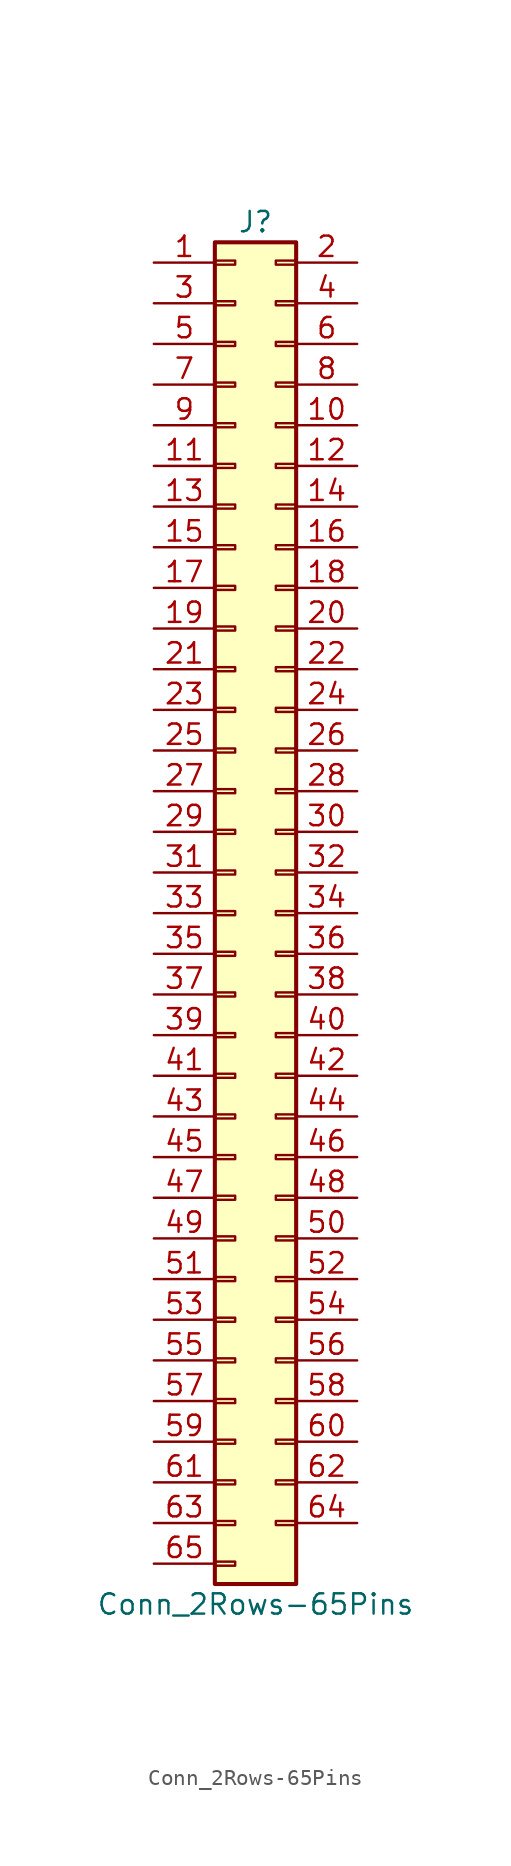
<source format=kicad_sym>
(kicad_symbol_lib
  (version 20201005)
  (generator kicad_symbol_editor)
  (symbol "Conn_2Rows-65Pins"
    (pin_names
      (offset 1.016) hide)
    (property "Reference" "J"
      (at 1.27 43.18 0)
      (effects (font (size 1.27 1.27))))
    (property "Value" "Conn_2Rows-65Pins"
      (at 1.27 -43.18 0)
      (effects (font (size 1.27 1.27))))
    (symbol "Conn_2Rows-65Pins_1_1"
      (rectangle (start -1.27 -40.513) (end 0 -40.767) (stroke (width 0.152)) (fill (type none)))
      (rectangle (start -1.27 -37.973) (end 0 -38.227) (stroke (width 0.152)) (fill (type none)))
      (rectangle (start -1.27 -35.433) (end 0 -35.687) (stroke (width 0.152)) (fill (type none)))
      (rectangle (start -1.27 -32.893) (end 0 -33.147) (stroke (width 0.152)) (fill (type none)))
      (rectangle (start -1.27 -30.353) (end 0 -30.607) (stroke (width 0.152)) (fill (type none)))
      (rectangle (start -1.27 -27.813) (end 0 -28.067) (stroke (width 0.152)) (fill (type none)))
      (rectangle (start -1.27 -25.273) (end 0 -25.527) (stroke (width 0.152)) (fill (type none)))
      (rectangle (start -1.27 -22.733) (end 0 -22.987) (stroke (width 0.152)) (fill (type none)))
      (rectangle (start -1.27 -20.193) (end 0 -20.447) (stroke (width 0.152)) (fill (type none)))
      (rectangle (start -1.27 -17.653) (end 0 -17.907) (stroke (width 0.152)) (fill (type none)))
      (rectangle (start -1.27 -15.113) (end 0 -15.367) (stroke (width 0.152)) (fill (type none)))
      (rectangle (start -1.27 -12.573) (end 0 -12.827) (stroke (width 0.152)) (fill (type none)))
      (rectangle (start -1.27 -10.033) (end 0 -10.287) (stroke (width 0.152)) (fill (type none)))
      (rectangle (start -1.27 -7.493) (end 0 -7.747) (stroke (width 0.152)) (fill (type none)))
      (rectangle (start -1.27 -4.953) (end 0 -5.207) (stroke (width 0.152)) (fill (type none)))
      (rectangle (start -1.27 -2.413) (end 0 -2.667) (stroke (width 0.152)) (fill (type none)))
      (rectangle (start -1.27 0.127) (end 0 -0.127) (stroke (width 0.152)) (fill (type none)))
      (rectangle (start -1.27 2.667) (end 0 2.413) (stroke (width 0.152)) (fill (type none)))
      (rectangle (start -1.27 5.207) (end 0 4.953) (stroke (width 0.152)) (fill (type none)))
      (rectangle (start -1.27 7.747) (end 0 7.493) (stroke (width 0.152)) (fill (type none)))
      (rectangle (start -1.27 10.287) (end 0 10.033) (stroke (width 0.152)) (fill (type none)))
      (rectangle (start -1.27 12.827) (end 0 12.573) (stroke (width 0.152)) (fill (type none)))
      (rectangle (start -1.27 15.367) (end 0 15.113) (stroke (width 0.152)) (fill (type none)))
      (rectangle (start -1.27 17.907) (end 0 17.653) (stroke (width 0.152)) (fill (type none)))
      (rectangle (start -1.27 20.447) (end 0 20.193) (stroke (width 0.152)) (fill (type none)))
      (rectangle (start -1.27 22.987) (end 0 22.733) (stroke (width 0.152)) (fill (type none)))
      (rectangle (start -1.27 25.527) (end 0 25.273) (stroke (width 0.152)) (fill (type none)))
      (rectangle (start -1.27 28.067) (end 0 27.813) (stroke (width 0.152)) (fill (type none)))
      (rectangle (start -1.27 30.607) (end 0 30.353) (stroke (width 0.152)) (fill (type none)))
      (rectangle (start -1.27 33.147) (end 0 32.893) (stroke (width 0.152)) (fill (type none)))
      (rectangle (start -1.27 35.687) (end 0 35.433) (stroke (width 0.152)) (fill (type none)))
      (rectangle (start -1.27 38.227) (end 0 37.973) (stroke (width 0.152)) (fill (type none)))
      (rectangle (start -1.27 40.767) (end 0 40.513) (stroke (width 0.152)) (fill (type none)))
      (rectangle (start -1.27 41.91) (end 3.81 -41.91) (stroke (width 0.254)) (fill (type background)))
      (rectangle (start 3.81 -37.973) (end 2.54 -38.227) (stroke (width 0.152)) (fill (type none)))
      (rectangle (start 3.81 -35.433) (end 2.54 -35.687) (stroke (width 0.152)) (fill (type none)))
      (rectangle (start 3.81 -32.893) (end 2.54 -33.147) (stroke (width 0.152)) (fill (type none)))
      (rectangle (start 3.81 -30.353) (end 2.54 -30.607) (stroke (width 0.152)) (fill (type none)))
      (rectangle (start 3.81 -27.813) (end 2.54 -28.067) (stroke (width 0.152)) (fill (type none)))
      (rectangle (start 3.81 -25.273) (end 2.54 -25.527) (stroke (width 0.152)) (fill (type none)))
      (rectangle (start 3.81 -22.733) (end 2.54 -22.987) (stroke (width 0.152)) (fill (type none)))
      (rectangle (start 3.81 -20.193) (end 2.54 -20.447) (stroke (width 0.152)) (fill (type none)))
      (rectangle (start 3.81 -17.653) (end 2.54 -17.907) (stroke (width 0.152)) (fill (type none)))
      (rectangle (start 3.81 -15.113) (end 2.54 -15.367) (stroke (width 0.152)) (fill (type none)))
      (rectangle (start 3.81 -12.573) (end 2.54 -12.827) (stroke (width 0.152)) (fill (type none)))
      (rectangle (start 3.81 -10.033) (end 2.54 -10.287) (stroke (width 0.152)) (fill (type none)))
      (rectangle (start 3.81 -7.493) (end 2.54 -7.747) (stroke (width 0.152)) (fill (type none)))
      (rectangle (start 3.81 -4.953) (end 2.54 -5.207) (stroke (width 0.152)) (fill (type none)))
      (rectangle (start 3.81 -2.413) (end 2.54 -2.667) (stroke (width 0.152)) (fill (type none)))
      (rectangle (start 3.81 0.127) (end 2.54 -0.127) (stroke (width 0.152)) (fill (type none)))
      (rectangle (start 3.81 2.667) (end 2.54 2.413) (stroke (width 0.152)) (fill (type none)))
      (rectangle (start 3.81 5.207) (end 2.54 4.953) (stroke (width 0.152)) (fill (type none)))
      (rectangle (start 3.81 7.747) (end 2.54 7.493) (stroke (width 0.152)) (fill (type none)))
      (rectangle (start 3.81 10.287) (end 2.54 10.033) (stroke (width 0.152)) (fill (type none)))
      (rectangle (start 3.81 12.827) (end 2.54 12.573) (stroke (width 0.152)) (fill (type none)))
      (rectangle (start 3.81 15.367) (end 2.54 15.113) (stroke (width 0.152)) (fill (type none)))
      (rectangle (start 3.81 17.907) (end 2.54 17.653) (stroke (width 0.152)) (fill (type none)))
      (rectangle (start 3.81 20.447) (end 2.54 20.193) (stroke (width 0.152)) (fill (type none)))
      (rectangle (start 3.81 22.987) (end 2.54 22.733) (stroke (width 0.152)) (fill (type none)))
      (rectangle (start 3.81 25.527) (end 2.54 25.273) (stroke (width 0.152)) (fill (type none)))
      (rectangle (start 3.81 28.067) (end 2.54 27.813) (stroke (width 0.152)) (fill (type none)))
      (rectangle (start 3.81 30.607) (end 2.54 30.353) (stroke (width 0.152)) (fill (type none)))
      (rectangle (start 3.81 33.147) (end 2.54 32.893) (stroke (width 0.152)) (fill (type none)))
      (rectangle (start 3.81 35.687) (end 2.54 35.433) (stroke (width 0.152)) (fill (type none)))
      (rectangle (start 3.81 38.227) (end 2.54 37.973) (stroke (width 0.152)) (fill (type none)))
      (rectangle (start 3.81 40.767) (end 2.54 40.513) (stroke (width 0.152)) (fill (type none)))
      (pin passive line (at -5.08 40.64 0) (length 3.81) (name "Pin_1" (effects (font (size 1.27 1.27)))) (number "1" (effects (font (size 1.27 1.27)))))
      (pin passive line (at 7.62 30.48 180) (length 3.81) (name "Pin_10" (effects (font (size 1.27 1.27)))) (number "10" (effects (font (size 1.27 1.27)))))
      (pin passive line (at -5.08 27.94 0) (length 3.81) (name "Pin_11" (effects (font (size 1.27 1.27)))) (number "11" (effects (font (size 1.27 1.27)))))
      (pin passive line (at 7.62 27.94 180) (length 3.81) (name "Pin_12" (effects (font (size 1.27 1.27)))) (number "12" (effects (font (size 1.27 1.27)))))
      (pin passive line (at -5.08 25.4 0) (length 3.81) (name "Pin_13" (effects (font (size 1.27 1.27)))) (number "13" (effects (font (size 1.27 1.27)))))
      (pin passive line (at 7.62 25.4 180) (length 3.81) (name "Pin_14" (effects (font (size 1.27 1.27)))) (number "14" (effects (font (size 1.27 1.27)))))
      (pin passive line (at -5.08 22.86 0) (length 3.81) (name "Pin_15" (effects (font (size 1.27 1.27)))) (number "15" (effects (font (size 1.27 1.27)))))
      (pin passive line (at 7.62 22.86 180) (length 3.81) (name "Pin_16" (effects (font (size 1.27 1.27)))) (number "16" (effects (font (size 1.27 1.27)))))
      (pin passive line (at -5.08 20.32 0) (length 3.81) (name "Pin_17" (effects (font (size 1.27 1.27)))) (number "17" (effects (font (size 1.27 1.27)))))
      (pin passive line (at 7.62 20.32 180) (length 3.81) (name "Pin_18" (effects (font (size 1.27 1.27)))) (number "18" (effects (font (size 1.27 1.27)))))
      (pin passive line (at -5.08 17.78 0) (length 3.81) (name "Pin_19" (effects (font (size 1.27 1.27)))) (number "19" (effects (font (size 1.27 1.27)))))
      (pin passive line (at 7.62 40.64 180) (length 3.81) (name "Pin_2" (effects (font (size 1.27 1.27)))) (number "2" (effects (font (size 1.27 1.27)))))
      (pin passive line (at 7.62 17.78 180) (length 3.81) (name "Pin_20" (effects (font (size 1.27 1.27)))) (number "20" (effects (font (size 1.27 1.27)))))
      (pin passive line (at -5.08 15.24 0) (length 3.81) (name "Pin_21" (effects (font (size 1.27 1.27)))) (number "21" (effects (font (size 1.27 1.27)))))
      (pin passive line (at 7.62 15.24 180) (length 3.81) (name "Pin_22" (effects (font (size 1.27 1.27)))) (number "22" (effects (font (size 1.27 1.27)))))
      (pin passive line (at -5.08 12.7 0) (length 3.81) (name "Pin_23" (effects (font (size 1.27 1.27)))) (number "23" (effects (font (size 1.27 1.27)))))
      (pin passive line (at 7.62 12.7 180) (length 3.81) (name "Pin_24" (effects (font (size 1.27 1.27)))) (number "24" (effects (font (size 1.27 1.27)))))
      (pin passive line (at -5.08 10.16 0) (length 3.81) (name "Pin_25" (effects (font (size 1.27 1.27)))) (number "25" (effects (font (size 1.27 1.27)))))
      (pin passive line (at 7.62 10.16 180) (length 3.81) (name "Pin_26" (effects (font (size 1.27 1.27)))) (number "26" (effects (font (size 1.27 1.27)))))
      (pin passive line (at -5.08 7.62 0) (length 3.81) (name "Pin_27" (effects (font (size 1.27 1.27)))) (number "27" (effects (font (size 1.27 1.27)))))
      (pin passive line (at 7.62 7.62 180) (length 3.81) (name "Pin_28" (effects (font (size 1.27 1.27)))) (number "28" (effects (font (size 1.27 1.27)))))
      (pin passive line (at -5.08 5.08 0) (length 3.81) (name "Pin_29" (effects (font (size 1.27 1.27)))) (number "29" (effects (font (size 1.27 1.27)))))
      (pin passive line (at -5.08 38.1 0) (length 3.81) (name "Pin_3" (effects (font (size 1.27 1.27)))) (number "3" (effects (font (size 1.27 1.27)))))
      (pin passive line (at 7.62 5.08 180) (length 3.81) (name "Pin_30" (effects (font (size 1.27 1.27)))) (number "30" (effects (font (size 1.27 1.27)))))
      (pin passive line (at -5.08 2.54 0) (length 3.81) (name "Pin_31" (effects (font (size 1.27 1.27)))) (number "31" (effects (font (size 1.27 1.27)))))
      (pin passive line (at 7.62 2.54 180) (length 3.81) (name "Pin_32" (effects (font (size 1.27 1.27)))) (number "32" (effects (font (size 1.27 1.27)))))
      (pin passive line (at -5.08 0 0) (length 3.81) (name "Pin_33" (effects (font (size 1.27 1.27)))) (number "33" (effects (font (size 1.27 1.27)))))
      (pin passive line (at 7.62 0 180) (length 3.81) (name "Pin_34" (effects (font (size 1.27 1.27)))) (number "34" (effects (font (size 1.27 1.27)))))
      (pin passive line (at -5.08 -2.54 0) (length 3.81) (name "Pin_35" (effects (font (size 1.27 1.27)))) (number "35" (effects (font (size 1.27 1.27)))))
      (pin passive line (at 7.62 -2.54 180) (length 3.81) (name "Pin_36" (effects (font (size 1.27 1.27)))) (number "36" (effects (font (size 1.27 1.27)))))
      (pin passive line (at -5.08 -5.08 0) (length 3.81) (name "Pin_37" (effects (font (size 1.27 1.27)))) (number "37" (effects (font (size 1.27 1.27)))))
      (pin passive line (at 7.62 -5.08 180) (length 3.81) (name "Pin_38" (effects (font (size 1.27 1.27)))) (number "38" (effects (font (size 1.27 1.27)))))
      (pin passive line (at -5.08 -7.62 0) (length 3.81) (name "Pin_39" (effects (font (size 1.27 1.27)))) (number "39" (effects (font (size 1.27 1.27)))))
      (pin passive line (at 7.62 38.1 180) (length 3.81) (name "Pin_4" (effects (font (size 1.27 1.27)))) (number "4" (effects (font (size 1.27 1.27)))))
      (pin passive line (at 7.62 -7.62 180) (length 3.81) (name "Pin_40" (effects (font (size 1.27 1.27)))) (number "40" (effects (font (size 1.27 1.27)))))
      (pin passive line (at -5.08 -10.16 0) (length 3.81) (name "Pin_41" (effects (font (size 1.27 1.27)))) (number "41" (effects (font (size 1.27 1.27)))))
      (pin passive line (at 7.62 -10.16 180) (length 3.81) (name "Pin_42" (effects (font (size 1.27 1.27)))) (number "42" (effects (font (size 1.27 1.27)))))
      (pin passive line (at -5.08 -12.7 0) (length 3.81) (name "Pin_43" (effects (font (size 1.27 1.27)))) (number "43" (effects (font (size 1.27 1.27)))))
      (pin passive line (at 7.62 -12.7 180) (length 3.81) (name "Pin_44" (effects (font (size 1.27 1.27)))) (number "44" (effects (font (size 1.27 1.27)))))
      (pin passive line (at -5.08 -15.24 0) (length 3.81) (name "Pin_45" (effects (font (size 1.27 1.27)))) (number "45" (effects (font (size 1.27 1.27)))))
      (pin passive line (at 7.62 -15.24 180) (length 3.81) (name "Pin_46" (effects (font (size 1.27 1.27)))) (number "46" (effects (font (size 1.27 1.27)))))
      (pin passive line (at -5.08 -17.78 0) (length 3.81) (name "Pin_47" (effects (font (size 1.27 1.27)))) (number "47" (effects (font (size 1.27 1.27)))))
      (pin passive line (at 7.62 -17.78 180) (length 3.81) (name "Pin_48" (effects (font (size 1.27 1.27)))) (number "48" (effects (font (size 1.27 1.27)))))
      (pin passive line (at -5.08 -20.32 0) (length 3.81) (name "Pin_49" (effects (font (size 1.27 1.27)))) (number "49" (effects (font (size 1.27 1.27)))))
      (pin passive line (at -5.08 35.56 0) (length 3.81) (name "Pin_5" (effects (font (size 1.27 1.27)))) (number "5" (effects (font (size 1.27 1.27)))))
      (pin passive line (at 7.62 -20.32 180) (length 3.81) (name "Pin_50" (effects (font (size 1.27 1.27)))) (number "50" (effects (font (size 1.27 1.27)))))
      (pin passive line (at -5.08 -22.86 0) (length 3.81) (name "Pin_51" (effects (font (size 1.27 1.27)))) (number "51" (effects (font (size 1.27 1.27)))))
      (pin passive line (at 7.62 -22.86 180) (length 3.81) (name "Pin_52" (effects (font (size 1.27 1.27)))) (number "52" (effects (font (size 1.27 1.27)))))
      (pin passive line (at -5.08 -25.4 0) (length 3.81) (name "Pin_53" (effects (font (size 1.27 1.27)))) (number "53" (effects (font (size 1.27 1.27)))))
      (pin passive line (at 7.62 -25.4 180) (length 3.81) (name "Pin_54" (effects (font (size 1.27 1.27)))) (number "54" (effects (font (size 1.27 1.27)))))
      (pin passive line (at -5.08 -27.94 0) (length 3.81) (name "Pin_55" (effects (font (size 1.27 1.27)))) (number "55" (effects (font (size 1.27 1.27)))))
      (pin passive line (at 7.62 -27.94 180) (length 3.81) (name "Pin_56" (effects (font (size 1.27 1.27)))) (number "56" (effects (font (size 1.27 1.27)))))
      (pin passive line (at -5.08 -30.48 0) (length 3.81) (name "Pin_57" (effects (font (size 1.27 1.27)))) (number "57" (effects (font (size 1.27 1.27)))))
      (pin passive line (at 7.62 -30.48 180) (length 3.81) (name "Pin_58" (effects (font (size 1.27 1.27)))) (number "58" (effects (font (size 1.27 1.27)))))
      (pin passive line (at -5.08 -33.02 0) (length 3.81) (name "Pin_59" (effects (font (size 1.27 1.27)))) (number "59" (effects (font (size 1.27 1.27)))))
      (pin passive line (at 7.62 35.56 180) (length 3.81) (name "Pin_6" (effects (font (size 1.27 1.27)))) (number "6" (effects (font (size 1.27 1.27)))))
      (pin passive line (at 7.62 -33.02 180) (length 3.81) (name "Pin_60" (effects (font (size 1.27 1.27)))) (number "60" (effects (font (size 1.27 1.27)))))
      (pin passive line (at -5.08 -35.56 0) (length 3.81) (name "Pin_61" (effects (font (size 1.27 1.27)))) (number "61" (effects (font (size 1.27 1.27)))))
      (pin passive line (at 7.62 -35.56 180) (length 3.81) (name "Pin_62" (effects (font (size 1.27 1.27)))) (number "62" (effects (font (size 1.27 1.27)))))
      (pin passive line (at -5.08 -38.1 0) (length 3.81) (name "Pin_63" (effects (font (size 1.27 1.27)))) (number "63" (effects (font (size 1.27 1.27)))))
      (pin passive line (at 7.62 -38.1 180) (length 3.81) (name "Pin_64" (effects (font (size 1.27 1.27)))) (number "64" (effects (font (size 1.27 1.27)))))
      (pin passive line (at -5.08 -40.64 0) (length 3.81) (name "Pin_65" (effects (font (size 1.27 1.27)))) (number "65" (effects (font (size 1.27 1.27)))))
      (pin passive line (at -5.08 33.02 0) (length 3.81) (name "Pin_7" (effects (font (size 1.27 1.27)))) (number "7" (effects (font (size 1.27 1.27)))))
      (pin passive line (at 7.62 33.02 180) (length 3.81) (name "Pin_8" (effects (font (size 1.27 1.27)))) (number "8" (effects (font (size 1.27 1.27)))))
      (pin passive line (at -5.08 30.48 0) (length 3.81) (name "Pin_9" (effects (font (size 1.27 1.27)))) (number "9" (effects (font (size 1.27 1.27))))))))
</source>
